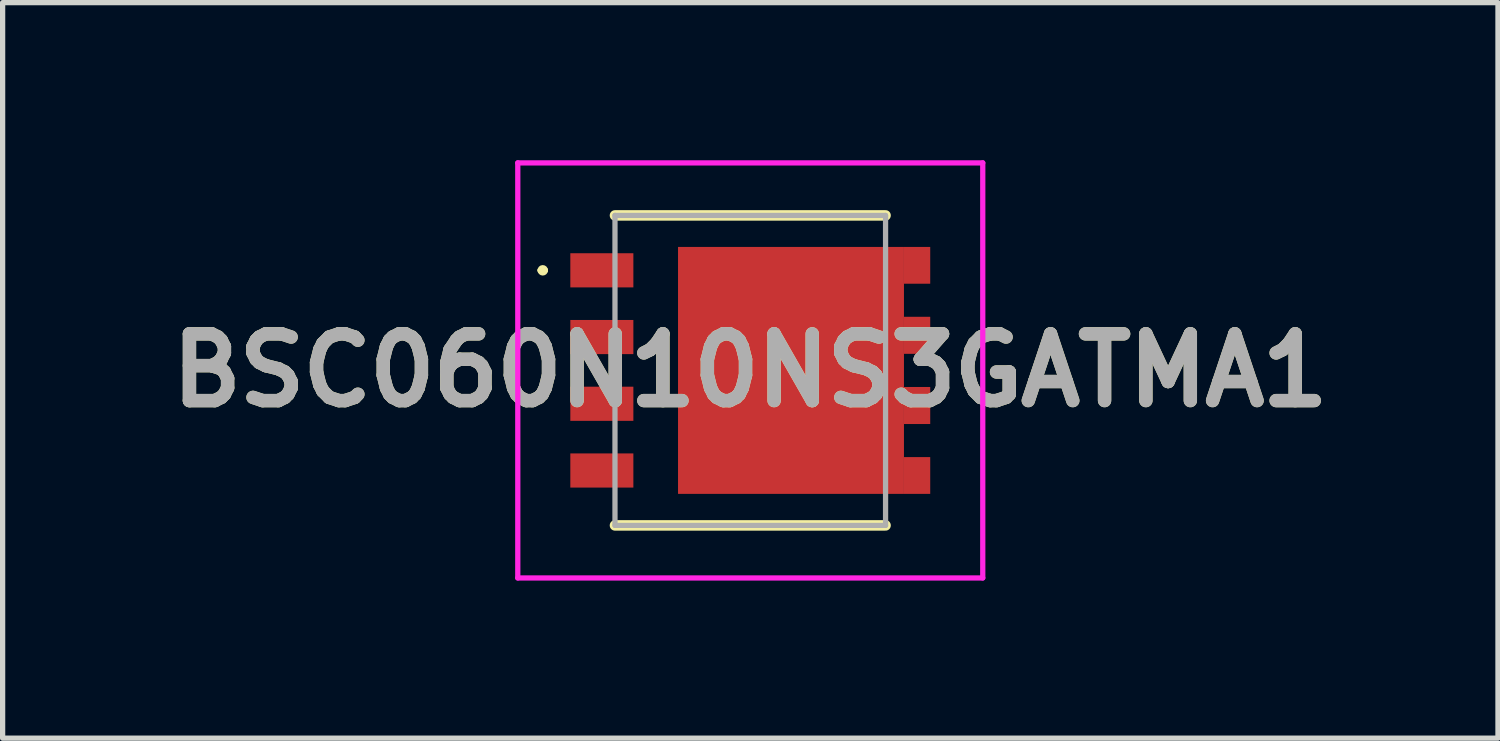
<source format=kicad_pcb>
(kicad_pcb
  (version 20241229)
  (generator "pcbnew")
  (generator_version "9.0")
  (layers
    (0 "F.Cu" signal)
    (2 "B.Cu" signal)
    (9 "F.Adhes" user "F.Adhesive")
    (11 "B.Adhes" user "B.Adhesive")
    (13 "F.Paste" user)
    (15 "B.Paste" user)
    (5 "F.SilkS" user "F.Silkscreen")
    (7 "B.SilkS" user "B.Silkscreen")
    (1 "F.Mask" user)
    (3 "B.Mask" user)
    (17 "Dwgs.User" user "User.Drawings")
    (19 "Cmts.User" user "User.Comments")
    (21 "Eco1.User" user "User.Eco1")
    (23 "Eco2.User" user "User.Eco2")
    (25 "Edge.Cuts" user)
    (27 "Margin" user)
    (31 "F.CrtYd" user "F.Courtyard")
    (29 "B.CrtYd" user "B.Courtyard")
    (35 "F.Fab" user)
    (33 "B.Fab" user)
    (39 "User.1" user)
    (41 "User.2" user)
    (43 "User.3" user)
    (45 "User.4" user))
  (footprint "BSC060N10NS3GATMA1"
    (layer "F.Cu")
    (at 11.23 4)
    (property "Reference" "BSC060N10NS3GATMA1" (at 0 0 0) (layer "F.SilkS") (effects (font (size 1.27 1.27) (thickness 0.254))))
    (attr smd)
    (fp_line (start -4 -1.905) (end -4 -1.905) (stroke (width 0.1) (type solid)) (layer "F.SilkS"))
    (fp_line (start -3.9 -1.905) (end -3.9 -1.905) (stroke (width 0.1) (type solid)) (layer "F.SilkS"))
    (fp_line (start 2.575 -2.95) (end -2.575 -2.95) (stroke (width 0.2) (type solid)) (layer "F.SilkS"))
    (fp_line (start 2.575 2.95) (end -2.575 2.95) (stroke (width 0.2) (type solid)) (layer "F.SilkS"))
    (fp_arc (start -4 -1.905) (mid -3.95 -1.955) (end -3.9 -1.905) (stroke (width 0.1) (type solid)) (layer "F.SilkS"))
    (fp_arc (start -3.9 -1.905) (mid -3.95 -1.855) (end -4 -1.905) (stroke (width 0.1) (type solid)) (layer "F.SilkS"))
    (fp_line (start -4.425 -3.95) (end -4.425 3.95) (stroke (width 0.1) (type solid)) (layer "F.CrtYd"))
    (fp_line (start -4.425 3.95) (end 4.425 3.95) (stroke (width 0.1) (type solid)) (layer "F.CrtYd"))
    (fp_line (start 4.425 -3.95) (end -4.425 -3.95) (stroke (width 0.1) (type solid)) (layer "F.CrtYd"))
    (fp_line (start 4.425 3.95) (end 4.425 -3.95) (stroke (width 0.1) (type solid)) (layer "F.CrtYd"))
    (fp_line (start -2.575 -2.95) (end -2.575 2.95) (stroke (width 0.1) (type solid)) (layer "F.Fab"))
    (fp_line (start -2.575 2.95) (end 2.575 2.95) (stroke (width 0.1) (type solid)) (layer "F.Fab"))
    (fp_line (start 2.575 -2.95) (end -2.575 -2.95) (stroke (width 0.1) (type solid)) (layer "F.Fab"))
    (fp_line (start 2.575 2.95) (end 2.575 -2.95) (stroke (width 0.1) (type solid)) (layer "F.Fab"))
    (fp_text user "${REFERENCE}" (at 0 0 0) (layer "F.Fab") (effects (font (size 1.27 1.27) (thickness 0.254))))
    (pad "1" smd rect (at -2.825 -1.905 90) (size 0.65 1.2) (layers "F.Cu" "F.Mask" "F.Paste"))
    (pad "2" smd rect (at -2.825 -0.635 90) (size 0.65 1.2) (layers "F.Cu" "F.Mask" "F.Paste"))
    (pad "3" smd rect (at -2.825 0.635 90) (size 0.65 1.2) (layers "F.Cu" "F.Mask" "F.Paste"))
    (pad "4" smd rect (at -2.825 1.905 90) (size 0.65 1.2) (layers "F.Cu" "F.Mask" "F.Paste"))
    (pad "5" smd rect (at 3.175 2) (size 0.5 0.7) (layers "F.Cu" "F.Mask" "F.Paste"))
    (pad "6" smd rect (at 3.175 0.668) (size 0.5 0.705) (layers "F.Cu" "F.Mask" "F.Paste"))
    (pad "7" smd rect (at 3.175 -0.668) (size 0.5 0.705) (layers "F.Cu" "F.Mask" "F.Paste"))
    (pad "8" smd rect (at 3.175 -2) (size 0.5 0.7) (layers "F.Cu" "F.Mask" "F.Paste"))
    (pad "9" smd rect (at 0.775 0) (size 4.3 4.7) (layers "F.Cu" "F.Mask" "F.Paste")))
  (gr_rect
    (start -3 -3)
    (end 25.461 11)
    (stroke (width 0.1) (type default))
    (fill no)
    (layer "Edge.Cuts")))
</source>
